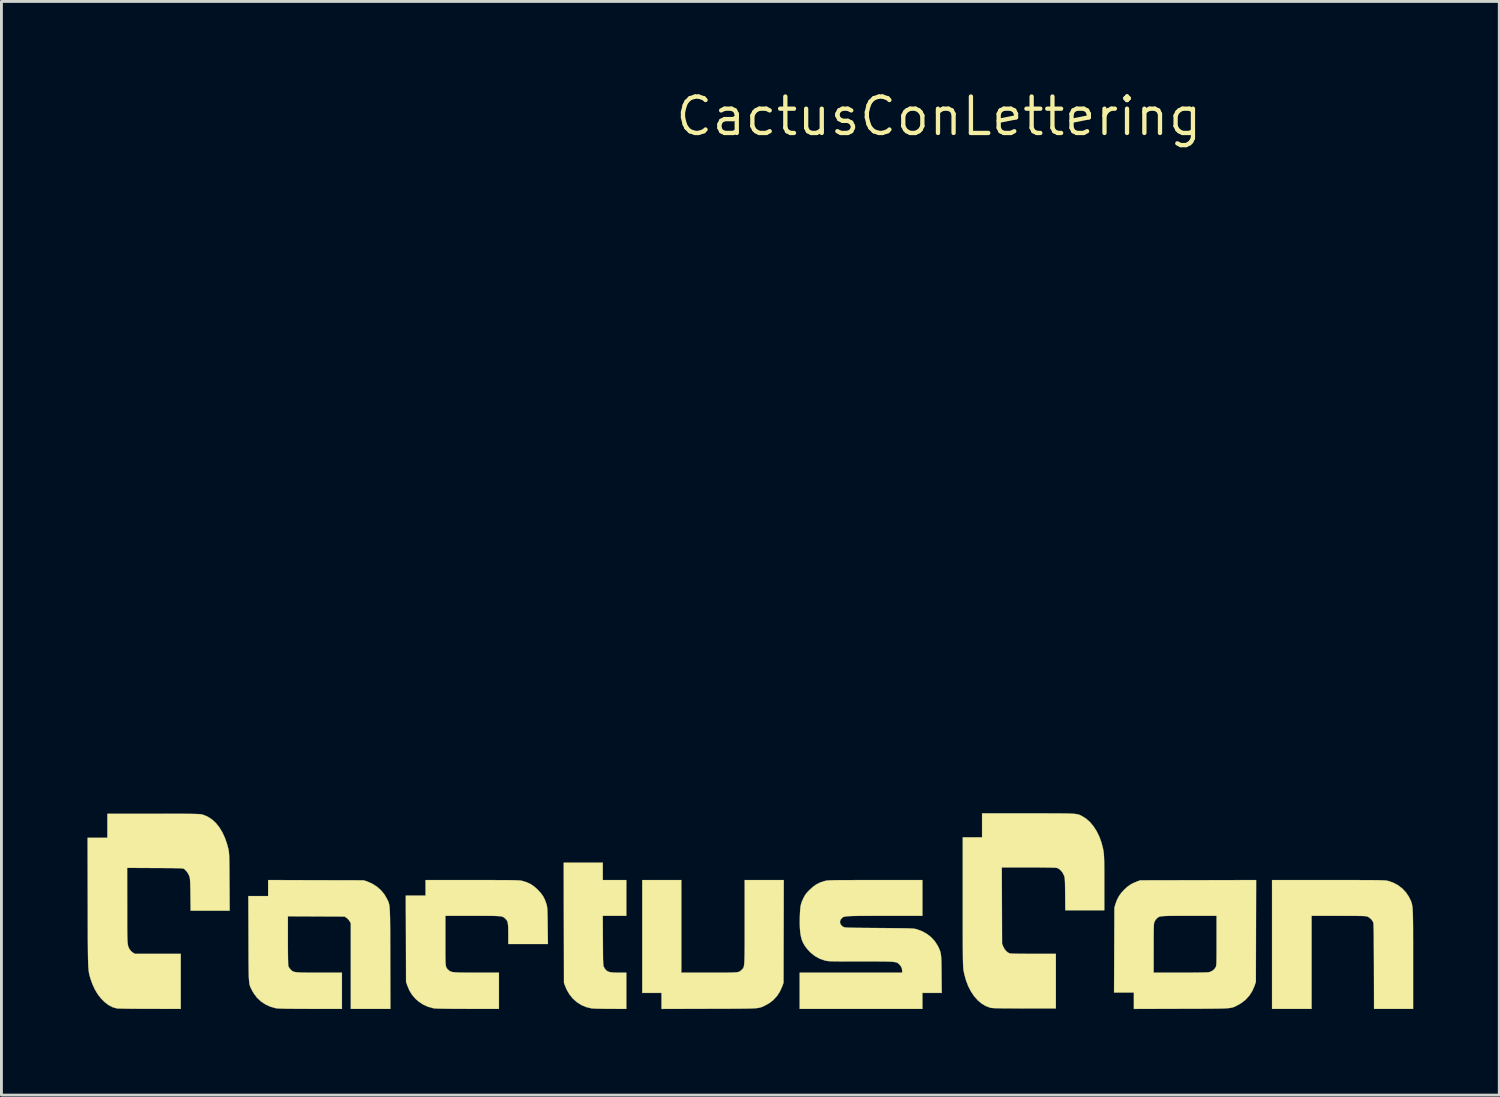
<source format=kicad_pcb>
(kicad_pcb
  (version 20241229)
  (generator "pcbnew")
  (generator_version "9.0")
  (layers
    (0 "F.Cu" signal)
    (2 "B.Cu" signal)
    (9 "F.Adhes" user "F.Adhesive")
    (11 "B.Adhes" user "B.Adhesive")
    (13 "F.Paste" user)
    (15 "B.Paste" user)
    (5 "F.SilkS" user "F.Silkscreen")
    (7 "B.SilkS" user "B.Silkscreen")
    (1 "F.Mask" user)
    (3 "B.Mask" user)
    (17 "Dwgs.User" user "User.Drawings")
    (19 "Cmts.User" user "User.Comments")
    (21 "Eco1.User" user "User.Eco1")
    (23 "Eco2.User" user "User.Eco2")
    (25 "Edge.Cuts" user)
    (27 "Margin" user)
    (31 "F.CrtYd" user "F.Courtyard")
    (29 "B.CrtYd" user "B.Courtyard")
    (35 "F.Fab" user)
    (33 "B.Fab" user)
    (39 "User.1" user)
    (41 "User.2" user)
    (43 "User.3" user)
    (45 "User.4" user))
  (footprint "CactusConLettering"
    (layer "F.Cu")
    (at 29.683 1.006)
    (property "Reference" "CactusConLettering" (at 0 0 0) (layer "F.SilkS") (effects (font (size 1.27 1.27) (thickness 0.15))))
    (attr through_hole)
    (fp_poly (pts (xy -11.717 26.629) (xy -10.897 26.629) (xy -10.897 27.874) (xy -11.718 27.874) (xy -11.713 28.739) (xy -11.712 28.929) (xy -11.711 29.09) (xy -11.71 29.223) (xy -11.709 29.332) (xy -11.707 29.419) (xy -11.705 29.488) (xy -11.702 29.541) (xy -11.699 29.58) (xy -11.695 29.61) (xy -11.69 29.631) (xy -11.683 29.648) (xy -11.676 29.664) (xy -11.673 29.669) (xy -11.637 29.729) (xy -11.598 29.775) (xy -11.551 29.809) (xy -11.492 29.833) (xy -11.416 29.847) (xy -11.317 29.855) (xy -11.191 29.857) (xy -11.168 29.857) (xy -10.897 29.857) (xy -10.897 31.119) (xy -11.45 31.117) (xy -11.587 31.116) (xy -11.717 31.115) (xy -11.836 31.112) (xy -11.939 31.11) (xy -12.022 31.106) (xy -12.08 31.103) (xy -12.101 31.101) (xy -12.287 31.058) (xy -12.46 30.986) (xy -12.618 30.886) (xy -12.758 30.762) (xy -12.878 30.614) (xy -12.977 30.444) (xy -13.03 30.316) (xy -13.069 30.21) (xy -13.073 28.116) (xy -13.078 26.023) (xy -11.717 26.023) (xy -11.717 26.629)) (stroke (width 0.01) (type solid)) (fill yes) (layer "F.SilkS"))
    (fp_poly (pts (xy -8.98 29.857) (xy -8.004 29.857) (xy -7.796 29.857) (xy -7.618 29.857) (xy -7.467 29.857) (xy -7.342 29.856) (xy -7.238 29.854) (xy -7.155 29.851) (xy -7.088 29.847) (xy -7.036 29.842) (xy -6.995 29.834) (xy -6.964 29.825) (xy -6.94 29.813) (xy -6.919 29.799) (xy -6.9 29.782) (xy -6.879 29.762) (xy -6.87 29.753) (xy -6.853 29.737) (xy -6.838 29.722) (xy -6.825 29.705) (xy -6.813 29.685) (xy -6.804 29.66) (xy -6.795 29.627) (xy -6.789 29.584) (xy -6.783 29.53) (xy -6.778 29.462) (xy -6.775 29.379) (xy -6.772 29.278) (xy -6.77 29.157) (xy -6.769 29.014) (xy -6.768 28.848) (xy -6.768 28.655) (xy -6.768 28.435) (xy -6.768 28.185) (xy -6.768 28.085) (xy -6.768 26.629) (xy -5.407 26.629) (xy -5.411 28.419) (xy -5.416 30.21) (xy -5.454 30.316) (xy -5.536 30.503) (xy -5.639 30.665) (xy -5.764 30.803) (xy -5.911 30.918) (xy -6.055 30.998) (xy -6.092 31.016) (xy -6.125 31.032) (xy -6.155 31.046) (xy -6.186 31.058) (xy -6.218 31.068) (xy -6.255 31.077) (xy -6.298 31.085) (xy -6.349 31.092) (xy -6.41 31.097) (xy -6.484 31.101) (xy -6.572 31.105) (xy -6.676 31.107) (xy -6.799 31.109) (xy -6.943 31.111) (xy -7.109 31.112) (xy -7.3 31.113) (xy -7.518 31.114) (xy -7.764 31.114) (xy -8.017 31.115) (xy -9.668 31.12) (xy -9.668 30.562) (xy -10.34 30.562) (xy -10.34 26.629) (xy -8.98 26.629) (xy -8.98 29.857)) (stroke (width 0.01) (type solid)) (fill yes) (layer "F.SilkS"))
    (fp_poly (pts (xy 13.877 26.629) (xy 14.142 26.629) (xy 14.377 26.629) (xy 14.585 26.629) (xy 14.767 26.63) (xy 14.926 26.63) (xy 15.063 26.631) (xy 15.181 26.632) (xy 15.28 26.633) (xy 15.363 26.635) (xy 15.432 26.636) (xy 15.488 26.639) (xy 15.534 26.641) (xy 15.57 26.644) (xy 15.6 26.647) (xy 15.625 26.651) (xy 15.646 26.655) (xy 15.666 26.66) (xy 15.672 26.661) (xy 15.848 26.722) (xy 16.011 26.81) (xy 16.157 26.922) (xy 16.283 27.055) (xy 16.384 27.205) (xy 16.41 27.255) (xy 16.429 27.294) (xy 16.446 27.33) (xy 16.461 27.363) (xy 16.474 27.397) (xy 16.486 27.434) (xy 16.496 27.474) (xy 16.504 27.521) (xy 16.512 27.576) (xy 16.518 27.642) (xy 16.522 27.719) (xy 16.526 27.811) (xy 16.529 27.919) (xy 16.531 28.045) (xy 16.533 28.192) (xy 16.534 28.36) (xy 16.534 28.553) (xy 16.535 28.772) (xy 16.535 29.019) (xy 16.535 29.296) (xy 16.535 29.39) (xy 16.535 31.119) (xy 15.175 31.119) (xy 15.171 29.632) (xy 15.17 29.375) (xy 15.169 29.149) (xy 15.168 28.951) (xy 15.167 28.78) (xy 15.166 28.634) (xy 15.165 28.51) (xy 15.163 28.407) (xy 15.161 28.323) (xy 15.159 28.255) (xy 15.157 28.202) (xy 15.154 28.161) (xy 15.151 28.131) (xy 15.147 28.109) (xy 15.143 28.094) (xy 15.14 28.087) (xy 15.085 28.004) (xy 15.007 27.935) (xy 14.953 27.905) (xy 14.938 27.899) (xy 14.919 27.893) (xy 14.895 27.889) (xy 14.863 27.885) (xy 14.819 27.882) (xy 14.762 27.88) (xy 14.689 27.878) (xy 14.597 27.877) (xy 14.484 27.876) (xy 14.346 27.875) (xy 14.181 27.875) (xy 13.987 27.875) (xy 13.941 27.875) (xy 12.995 27.874) (xy 12.995 31.119) (xy 11.618 31.119) (xy 11.618 26.629) (xy 13.582 26.629) (xy 13.877 26.629)) (stroke (width 0.01) (type solid)) (fill yes) (layer "F.SilkS"))
    (fp_poly (pts (xy -21.717 26.633) (xy -20.05 26.637) (xy -19.919 26.683) (xy -19.749 26.759) (xy -19.592 26.859) (xy -19.454 26.98) (xy -19.338 27.119) (xy -19.255 27.258) (xy -19.236 27.295) (xy -19.219 27.329) (xy -19.204 27.36) (xy -19.191 27.39) (xy -19.18 27.422) (xy -19.17 27.457) (xy -19.162 27.499) (xy -19.155 27.547) (xy -19.149 27.605) (xy -19.144 27.675) (xy -19.14 27.758) (xy -19.137 27.856) (xy -19.134 27.972) (xy -19.133 28.107) (xy -19.131 28.264) (xy -19.13 28.444) (xy -19.13 28.649) (xy -19.129 28.882) (xy -19.128 29.144) (xy -19.128 29.353) (xy -19.123 31.119) (xy -20.5 31.119) (xy -20.5 28.142) (xy -20.538 28.07) (xy -20.576 28.015) (xy -20.627 27.964) (xy -20.646 27.948) (xy -20.716 27.899) (xy -22.696 27.89) (xy -22.696 28.742) (xy -22.696 28.925) (xy -22.695 29.092) (xy -22.694 29.242) (xy -22.692 29.372) (xy -22.689 29.478) (xy -22.687 29.559) (xy -22.684 29.612) (xy -22.68 29.634) (xy -22.66 29.67) (xy -22.627 29.716) (xy -22.605 29.742) (xy -22.582 29.767) (xy -22.559 29.788) (xy -22.534 29.805) (xy -22.504 29.819) (xy -22.465 29.831) (xy -22.416 29.84) (xy -22.353 29.846) (xy -22.274 29.851) (xy -22.175 29.854) (xy -22.054 29.856) (xy -21.907 29.857) (xy -21.733 29.857) (xy -21.595 29.857) (xy -20.812 29.857) (xy -20.812 31.119) (xy -21.905 31.118) (xy -22.14 31.117) (xy -22.344 31.116) (xy -22.519 31.115) (xy -22.668 31.114) (xy -22.792 31.112) (xy -22.894 31.109) (xy -22.975 31.106) (xy -23.037 31.103) (xy -23.084 31.099) (xy -23.114 31.095) (xy -23.305 31.043) (xy -23.48 30.963) (xy -23.637 30.857) (xy -23.775 30.726) (xy -23.89 30.572) (xy -23.947 30.471) (xy -23.966 30.433) (xy -23.983 30.399) (xy -23.998 30.368) (xy -24.011 30.336) (xy -24.022 30.302) (xy -24.032 30.264) (xy -24.039 30.219) (xy -24.046 30.165) (xy -24.051 30.1) (xy -24.056 30.022) (xy -24.059 29.928) (xy -24.061 29.817) (xy -24.063 29.686) (xy -24.065 29.533) (xy -24.066 29.356) (xy -24.067 29.152) (xy -24.068 28.92) (xy -24.068 28.673) (xy -24.074 27.186) (xy -23.384 27.186) (xy -23.384 26.628) (xy -21.717 26.633)) (stroke (width 0.01) (type solid)) (fill yes) (layer "F.SilkS"))
    (fp_poly (pts (xy 11.053 30.177) (xy 11.009 30.308) (xy 10.93 30.492) (xy 10.826 30.655) (xy 10.697 30.797) (xy 10.544 30.917) (xy 10.414 30.992) (xy 10.377 31.01) (xy 10.344 31.027) (xy 10.313 31.042) (xy 10.282 31.055) (xy 10.249 31.066) (xy 10.212 31.075) (xy 10.169 31.083) (xy 10.117 31.09) (xy 10.055 31.096) (xy 9.98 31.1) (xy 9.891 31.104) (xy 9.786 31.107) (xy 9.662 31.109) (xy 9.517 31.111) (xy 9.35 31.112) (xy 9.157 31.113) (xy 8.938 31.114) (xy 8.69 31.114) (xy 8.443 31.115) (xy 6.801 31.12) (xy 6.801 30.546) (xy 6.11 30.546) (xy 6.113 29.857) (xy 7.489 29.857) (xy 8.427 29.857) (xy 8.663 29.857) (xy 8.868 29.856) (xy 9.042 29.854) (xy 9.184 29.852) (xy 9.295 29.849) (xy 9.375 29.845) (xy 9.421 29.841) (xy 9.431 29.839) (xy 9.523 29.801) (xy 9.599 29.743) (xy 9.651 29.671) (xy 9.651 29.67) (xy 9.659 29.654) (xy 9.665 29.636) (xy 9.67 29.614) (xy 9.674 29.586) (xy 9.678 29.547) (xy 9.68 29.496) (xy 9.682 29.429) (xy 9.683 29.344) (xy 9.684 29.238) (xy 9.685 29.108) (xy 9.685 28.951) (xy 9.685 28.765) (xy 9.685 27.874) (xy 8.726 27.874) (xy 8.517 27.874) (xy 8.339 27.875) (xy 8.188 27.875) (xy 8.062 27.876) (xy 7.958 27.878) (xy 7.874 27.881) (xy 7.807 27.886) (xy 7.755 27.891) (xy 7.714 27.899) (xy 7.683 27.908) (xy 7.658 27.92) (xy 7.637 27.934) (xy 7.618 27.95) (xy 7.597 27.97) (xy 7.559 28.014) (xy 7.525 28.069) (xy 7.52 28.079) (xy 7.513 28.096) (xy 7.508 28.115) (xy 7.503 28.14) (xy 7.499 28.173) (xy 7.496 28.218) (xy 7.494 28.276) (xy 7.492 28.352) (xy 7.491 28.448) (xy 7.49 28.566) (xy 7.49 28.709) (xy 7.489 28.881) (xy 7.489 29.001) (xy 7.489 29.857) (xy 6.113 29.857) (xy 6.116 29.067) (xy 6.122 27.588) (xy 6.159 27.465) (xy 6.213 27.317) (xy 6.279 27.19) (xy 6.364 27.072) (xy 6.456 26.972) (xy 6.559 26.875) (xy 6.658 26.801) (xy 6.763 26.74) (xy 6.886 26.688) (xy 6.902 26.682) (xy 7.022 26.637) (xy 11.062 26.628) (xy 11.053 30.177)) (stroke (width 0.01) (type solid)) (fill yes) (layer "F.SilkS"))
    (fp_poly (pts (xy -15.999 26.629) (xy -15.763 26.629) (xy -15.555 26.629) (xy -15.373 26.63) (xy -15.216 26.63) (xy -15.082 26.631) (xy -14.968 26.632) (xy -14.872 26.633) (xy -14.793 26.635) (xy -14.728 26.637) (xy -14.675 26.639) (xy -14.633 26.642) (xy -14.598 26.645) (xy -14.57 26.649) (xy -14.546 26.653) (xy -14.523 26.658) (xy -14.509 26.662) (xy -14.365 26.707) (xy -14.238 26.766) (xy -14.12 26.845) (xy -14.001 26.949) (xy -13.985 26.965) (xy -13.881 27.077) (xy -13.801 27.187) (xy -13.74 27.304) (xy -13.691 27.438) (xy -13.682 27.465) (xy -13.673 27.498) (xy -13.665 27.531) (xy -13.659 27.568) (xy -13.654 27.611) (xy -13.65 27.666) (xy -13.647 27.735) (xy -13.645 27.822) (xy -13.642 27.931) (xy -13.64 28.065) (xy -13.638 28.223) (xy -13.63 28.858) (xy -15.011 28.858) (xy -15.011 28.501) (xy -15.012 28.369) (xy -15.014 28.265) (xy -15.02 28.184) (xy -15.029 28.122) (xy -15.042 28.074) (xy -15.061 28.035) (xy -15.087 28.002) (xy -15.119 27.97) (xy -15.14 27.95) (xy -15.159 27.934) (xy -15.18 27.92) (xy -15.205 27.908) (xy -15.236 27.899) (xy -15.277 27.891) (xy -15.33 27.886) (xy -15.397 27.881) (xy -15.481 27.878) (xy -15.585 27.876) (xy -15.711 27.875) (xy -15.862 27.875) (xy -16.041 27.874) (xy -16.247 27.874) (xy -17.206 27.874) (xy -17.206 28.735) (xy -17.206 28.932) (xy -17.206 29.099) (xy -17.206 29.239) (xy -17.204 29.354) (xy -17.202 29.448) (xy -17.198 29.522) (xy -17.193 29.581) (xy -17.186 29.626) (xy -17.177 29.661) (xy -17.165 29.687) (xy -17.151 29.709) (xy -17.134 29.729) (xy -17.114 29.749) (xy -17.107 29.755) (xy -17.083 29.778) (xy -17.059 29.796) (xy -17.032 29.812) (xy -16.999 29.824) (xy -16.958 29.835) (xy -16.905 29.842) (xy -16.837 29.848) (xy -16.751 29.852) (xy -16.646 29.855) (xy -16.517 29.856) (xy -16.362 29.857) (xy -16.178 29.857) (xy -16.114 29.857) (xy -15.338 29.857) (xy -15.338 31.119) (xy -16.424 31.118) (xy -16.662 31.117) (xy -16.869 31.116) (xy -17.047 31.115) (xy -17.198 31.113) (xy -17.324 31.111) (xy -17.426 31.109) (xy -17.507 31.105) (xy -17.567 31.102) (xy -17.61 31.098) (xy -17.625 31.095) (xy -17.812 31.045) (xy -17.987 30.964) (xy -18.148 30.855) (xy -18.247 30.766) (xy -18.366 30.627) (xy -18.459 30.477) (xy -18.53 30.308) (xy -18.575 30.177) (xy -18.579 28.673) (xy -18.584 27.17) (xy -17.895 27.17) (xy -17.895 26.629) (xy -16.267 26.629) (xy -15.999 26.629)) (stroke (width 0.01) (type solid)) (fill yes) (layer "F.SilkS"))
    (fp_poly (pts (xy 3.101 24.302) (xy 3.374 24.302) (xy 3.617 24.302) (xy 3.83 24.303) (xy 4.018 24.303) (xy 4.18 24.304) (xy 4.32 24.306) (xy 4.44 24.307) (xy 4.541 24.31) (xy 4.626 24.314) (xy 4.696 24.318) (xy 4.754 24.323) (xy 4.802 24.33) (xy 4.842 24.337) (xy 4.876 24.346) (xy 4.906 24.357) (xy 4.934 24.369) (xy 4.961 24.382) (xy 4.991 24.398) (xy 4.994 24.399) (xy 5.138 24.49) (xy 5.271 24.609) (xy 5.393 24.755) (xy 5.501 24.923) (xy 5.593 25.11) (xy 5.668 25.314) (xy 5.724 25.532) (xy 5.744 25.646) (xy 5.75 25.688) (xy 5.754 25.741) (xy 5.758 25.807) (xy 5.761 25.889) (xy 5.764 25.988) (xy 5.766 26.109) (xy 5.767 26.253) (xy 5.768 26.423) (xy 5.768 26.621) (xy 5.768 26.74) (xy 5.768 27.678) (xy 4.41 27.678) (xy 4.405 27.117) (xy 4.403 26.966) (xy 4.402 26.844) (xy 4.4 26.747) (xy 4.397 26.671) (xy 4.394 26.613) (xy 4.39 26.569) (xy 4.385 26.534) (xy 4.378 26.506) (xy 4.369 26.48) (xy 4.36 26.457) (xy 4.314 26.367) (xy 4.252 26.29) (xy 4.183 26.233) (xy 4.121 26.205) (xy 4.089 26.2) (xy 4.027 26.196) (xy 3.935 26.193) (xy 3.812 26.191) (xy 3.659 26.189) (xy 3.473 26.187) (xy 3.256 26.187) (xy 3.125 26.187) (xy 2.195 26.187) (xy 2.204 28.849) (xy 2.242 28.942) (xy 2.287 29.028) (xy 2.346 29.102) (xy 2.412 29.157) (xy 2.469 29.184) (xy 2.503 29.189) (xy 2.568 29.193) (xy 2.663 29.196) (xy 2.787 29.198) (xy 2.939 29.2) (xy 3.117 29.201) (xy 3.306 29.202) (xy 4.08 29.202) (xy 4.08 31.103) (xy 2.978 31.102) (xy 2.752 31.101) (xy 2.557 31.101) (xy 2.389 31.1) (xy 2.248 31.099) (xy 2.13 31.097) (xy 2.033 31.095) (xy 1.956 31.093) (xy 1.895 31.09) (xy 1.849 31.087) (xy 1.816 31.083) (xy 1.792 31.078) (xy 1.791 31.077) (xy 1.635 31.019) (xy 1.488 30.93) (xy 1.352 30.814) (xy 1.228 30.673) (xy 1.118 30.507) (xy 1.023 30.321) (xy 0.945 30.115) (xy 0.885 29.892) (xy 0.862 29.777) (xy 0.858 29.752) (xy 0.855 29.723) (xy 0.852 29.688) (xy 0.849 29.645) (xy 0.847 29.593) (xy 0.845 29.53) (xy 0.843 29.454) (xy 0.841 29.363) (xy 0.84 29.256) (xy 0.839 29.132) (xy 0.838 28.987) (xy 0.837 28.822) (xy 0.837 28.633) (xy 0.836 28.42) (xy 0.836 28.18) (xy 0.836 27.912) (xy 0.836 27.614) (xy 0.836 27.38) (xy 0.836 25.138) (xy 1.508 25.138) (xy 1.508 24.302) (xy 3.101 24.302)) (stroke (width 0.01) (type solid)) (fill yes) (layer "F.SilkS"))
    (fp_poly (pts (xy -27.111 24.318) (xy -26.876 24.319) (xy -26.67 24.319) (xy -26.49 24.319) (xy -26.335 24.319) (xy -26.203 24.32) (xy -26.091 24.321) (xy -25.997 24.322) (xy -25.92 24.324) (xy -25.858 24.326) (xy -25.807 24.328) (xy -25.767 24.331) (xy -25.736 24.334) (xy -25.71 24.338) (xy -25.689 24.342) (xy -25.67 24.347) (xy -25.652 24.353) (xy -25.492 24.419) (xy -25.344 24.514) (xy -25.209 24.638) (xy -25.087 24.79) (xy -24.979 24.967) (xy -24.887 25.169) (xy -24.81 25.395) (xy -24.774 25.536) (xy -24.767 25.569) (xy -24.76 25.601) (xy -24.755 25.635) (xy -24.751 25.675) (xy -24.747 25.723) (xy -24.744 25.782) (xy -24.742 25.855) (xy -24.739 25.944) (xy -24.738 26.052) (xy -24.736 26.183) (xy -24.735 26.338) (xy -24.734 26.522) (xy -24.732 26.69) (xy -24.726 27.694) (xy -26.085 27.694) (xy -26.092 27.141) (xy -26.094 26.985) (xy -26.097 26.859) (xy -26.1 26.758) (xy -26.103 26.678) (xy -26.107 26.617) (xy -26.112 26.57) (xy -26.119 26.534) (xy -26.126 26.505) (xy -26.127 26.503) (xy -26.167 26.413) (xy -26.225 26.327) (xy -26.291 26.258) (xy -26.307 26.245) (xy -26.317 26.238) (xy -26.329 26.232) (xy -26.345 26.227) (xy -26.367 26.223) (xy -26.399 26.219) (xy -26.443 26.216) (xy -26.501 26.214) (xy -26.576 26.212) (xy -26.67 26.211) (xy -26.787 26.21) (xy -26.929 26.209) (xy -27.097 26.208) (xy -27.296 26.207) (xy -27.327 26.207) (xy -28.301 26.202) (xy -28.3 27.501) (xy -28.3 27.747) (xy -28.3 27.962) (xy -28.3 28.149) (xy -28.299 28.31) (xy -28.298 28.447) (xy -28.296 28.563) (xy -28.293 28.659) (xy -28.29 28.739) (xy -28.285 28.804) (xy -28.279 28.857) (xy -28.272 28.9) (xy -28.264 28.935) (xy -28.254 28.965) (xy -28.242 28.991) (xy -28.229 29.016) (xy -28.213 29.043) (xy -28.211 29.046) (xy -28.16 29.111) (xy -28.098 29.16) (xy -28.027 29.202) (xy -26.432 29.202) (xy -26.432 31.119) (xy -27.51 31.117) (xy -27.701 31.117) (xy -27.883 31.116) (xy -28.053 31.114) (xy -28.209 31.113) (xy -28.347 31.111) (xy -28.464 31.108) (xy -28.558 31.106) (xy -28.626 31.103) (xy -28.664 31.101) (xy -28.669 31.1) (xy -28.812 31.057) (xy -28.951 30.984) (xy -29.084 30.883) (xy -29.209 30.758) (xy -29.323 30.61) (xy -29.424 30.443) (xy -29.509 30.259) (xy -29.559 30.119) (xy -29.574 30.073) (xy -29.587 30.031) (xy -29.599 29.991) (xy -29.61 29.953) (xy -29.62 29.913) (xy -29.628 29.871) (xy -29.636 29.824) (xy -29.642 29.772) (xy -29.648 29.711) (xy -29.653 29.64) (xy -29.657 29.558) (xy -29.66 29.463) (xy -29.663 29.352) (xy -29.665 29.225) (xy -29.667 29.079) (xy -29.668 28.913) (xy -29.67 28.724) (xy -29.67 28.511) (xy -29.671 28.273) (xy -29.672 28.007) (xy -29.672 27.712) (xy -29.673 27.403) (xy -29.678 25.154) (xy -28.989 25.154) (xy -28.989 24.318) (xy -27.376 24.318) (xy -27.111 24.318)) (stroke (width 0.01) (type solid)) (fill yes) (layer "F.SilkS"))
    (fp_poly (pts (xy -0.574 27.874) (xy -1.882 27.874) (xy -2.13 27.874) (xy -2.347 27.875) (xy -2.536 27.875) (xy -2.698 27.876) (xy -2.836 27.877) (xy -2.953 27.879) (xy -3.049 27.882) (xy -3.128 27.885) (xy -3.192 27.89) (xy -3.242 27.895) (xy -3.281 27.902) (xy -3.311 27.91) (xy -3.335 27.919) (xy -3.353 27.931) (xy -3.37 27.943) (xy -3.385 27.958) (xy -3.432 28.02) (xy -3.448 28.087) (xy -3.435 28.154) (xy -3.395 28.214) (xy -3.337 28.256) (xy -3.323 28.263) (xy -3.31 28.269) (xy -3.293 28.274) (xy -3.271 28.279) (xy -3.241 28.282) (xy -3.201 28.285) (xy -3.149 28.288) (xy -3.083 28.29) (xy -2.999 28.292) (xy -2.896 28.294) (xy -2.771 28.295) (xy -2.622 28.297) (xy -2.447 28.298) (xy -2.243 28.3) (xy -2.081 28.301) (xy -1.855 28.303) (xy -1.659 28.305) (xy -1.491 28.306) (xy -1.348 28.308) (xy -1.228 28.309) (xy -1.129 28.311) (xy -1.047 28.313) (xy -0.982 28.316) (xy -0.929 28.319) (xy -0.886 28.322) (xy -0.852 28.327) (xy -0.824 28.331) (xy -0.798 28.337) (xy -0.774 28.343) (xy -0.768 28.345) (xy -0.584 28.412) (xy -0.417 28.505) (xy -0.268 28.622) (xy -0.142 28.759) (xy -0.041 28.915) (xy -0.024 28.948) (xy 0.003 29.003) (xy 0.024 29.052) (xy 0.042 29.099) (xy 0.056 29.148) (xy 0.068 29.202) (xy 0.076 29.266) (xy 0.082 29.342) (xy 0.087 29.435) (xy 0.09 29.549) (xy 0.092 29.687) (xy 0.094 29.852) (xy 0.094 29.911) (xy 0.101 30.562) (xy -0.574 30.562) (xy -0.574 31.119) (xy -4.851 31.119) (xy -4.851 29.857) (xy -1.278 29.857) (xy -1.278 29.793) (xy -1.287 29.711) (xy -1.318 29.641) (xy -1.373 29.574) (xy -1.393 29.554) (xy -1.412 29.536) (xy -1.433 29.521) (xy -1.457 29.508) (xy -1.487 29.497) (xy -1.526 29.488) (xy -1.576 29.481) (xy -1.638 29.475) (xy -1.717 29.471) (xy -1.813 29.468) (xy -1.93 29.466) (xy -2.069 29.465) (xy -2.233 29.464) (xy -2.424 29.464) (xy -2.645 29.464) (xy -2.721 29.464) (xy -2.941 29.464) (xy -3.131 29.464) (xy -3.294 29.463) (xy -3.431 29.463) (xy -3.546 29.462) (xy -3.641 29.461) (xy -3.718 29.459) (xy -3.78 29.457) (xy -3.83 29.454) (xy -3.871 29.45) (xy -3.904 29.446) (xy -3.932 29.441) (xy -3.958 29.435) (xy -3.972 29.432) (xy -4.152 29.37) (xy -4.316 29.28) (xy -4.466 29.16) (xy -4.498 29.128) (xy -4.589 29.03) (xy -4.664 28.932) (xy -4.725 28.831) (xy -4.772 28.721) (xy -4.806 28.599) (xy -4.83 28.461) (xy -4.843 28.303) (xy -4.848 28.121) (xy -4.846 27.932) (xy -4.841 27.793) (xy -4.835 27.681) (xy -4.827 27.589) (xy -4.814 27.511) (xy -4.796 27.441) (xy -4.772 27.373) (xy -4.74 27.3) (xy -4.717 27.252) (xy -4.681 27.183) (xy -4.644 27.125) (xy -4.599 27.068) (xy -4.538 27.003) (xy -4.5 26.965) (xy -4.38 26.857) (xy -4.262 26.775) (xy -4.137 26.713) (xy -3.995 26.667) (xy -3.975 26.662) (xy -3.953 26.656) (xy -3.93 26.652) (xy -3.905 26.647) (xy -3.875 26.644) (xy -3.837 26.641) (xy -3.792 26.638) (xy -3.735 26.636) (xy -3.665 26.634) (xy -3.58 26.633) (xy -3.478 26.631) (xy -3.357 26.631) (xy -3.215 26.63) (xy -3.05 26.63) (xy -2.859 26.629) (xy -2.642 26.629) (xy -2.394 26.629) (xy -2.21 26.629) (xy -0.574 26.629) (xy -0.574 27.874)) (stroke (width 0.01) (type solid)) (fill yes) (layer "F.SilkS")))
  (gr_rect
    (start -3 -3)
    (end 49.223 35.131)
    (stroke (width 0.1) (type default))
    (fill no)
    (layer "Edge.Cuts")))
</source>
